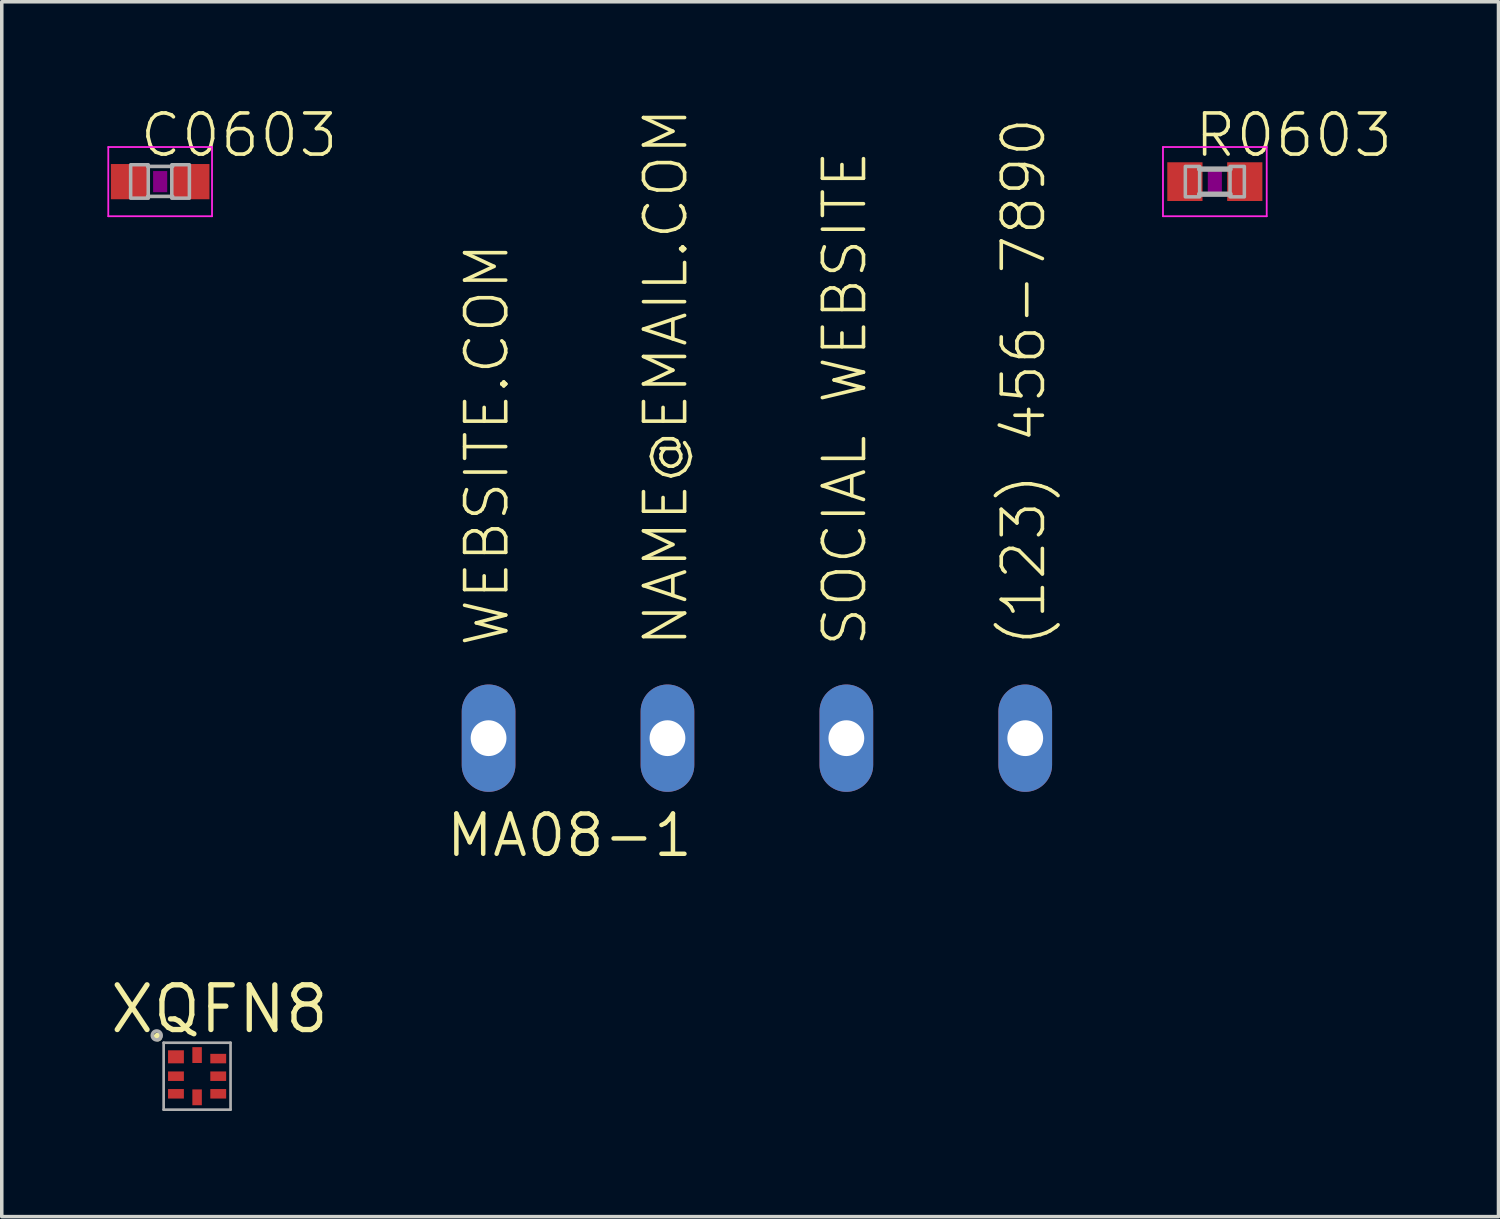
<source format=kicad_pcb>
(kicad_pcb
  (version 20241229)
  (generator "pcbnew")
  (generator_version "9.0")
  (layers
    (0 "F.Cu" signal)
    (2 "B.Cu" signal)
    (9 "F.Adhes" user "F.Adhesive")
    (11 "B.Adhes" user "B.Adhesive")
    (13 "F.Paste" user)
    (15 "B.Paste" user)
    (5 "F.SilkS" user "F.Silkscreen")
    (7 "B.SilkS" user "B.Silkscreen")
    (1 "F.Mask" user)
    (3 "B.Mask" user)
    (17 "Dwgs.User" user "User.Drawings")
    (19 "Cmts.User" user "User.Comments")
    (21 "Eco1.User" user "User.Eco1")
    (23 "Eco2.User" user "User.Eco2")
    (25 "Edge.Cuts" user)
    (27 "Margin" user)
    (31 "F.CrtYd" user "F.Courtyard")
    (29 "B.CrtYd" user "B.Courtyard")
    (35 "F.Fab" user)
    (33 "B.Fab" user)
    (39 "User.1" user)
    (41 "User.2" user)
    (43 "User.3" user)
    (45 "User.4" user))
  (footprint "XQFN8"
    (layer "F.Cu")
    (at 2.547 27.511)
    (property "Reference" "XQFN8" (at 0.635 -1.905 0) (layer "F.SilkS") (effects (font (size 1.27 1.27) (thickness 0.15))))
    (fp_circle (center -1.114 -1.113) (end -1.052 -1.113) (stroke (width 0.125) (type solid)) (fill yes) (layer "F.SilkS"))
    (fp_line (start -0.95 -0.95) (end -0.95 0.95) (stroke (width 0.076) (type solid)) (layer "F.Fab"))
    (fp_line (start -0.95 -0.95) (end 0.95 -0.95) (stroke (width 0.076) (type solid)) (layer "F.Fab"))
    (fp_line (start 0.95 -0.95) (end 0.95 0.95) (stroke (width 0.076) (type solid)) (layer "F.Fab"))
    (fp_line (start 0.95 0.95) (end -0.95 0.95) (stroke (width 0.076) (type solid)) (layer "F.Fab"))
    (fp_circle (center -1.146 -1.158) (end -1.019 -1.158) (stroke (width 0.1) (type solid)) (fill no) (layer "F.Fab"))
    (pad "FD" smd rect (at 0 0.6 270) (size 0.45 0.27) (layers "F.Cu" "F.Mask" "F.Paste"))
    (pad "LA" smd rect (at -0.6 -0.55 180) (size 0.45 0.37) (layers "F.Cu" "F.Mask" "F.Paste"))
    (pad "LB" smd rect (at 0 -0.6 90) (size 0.45 0.27) (layers "F.Cu" "F.Mask" "F.Paste"))
    (pad "SCL" smd rect (at -0.6 0.5 180) (size 0.45 0.27) (layers "F.Cu" "F.Mask" "F.Paste"))
    (pad "SDA" smd rect (at 0.6 0.5) (size 0.45 0.27) (layers "F.Cu" "F.Mask" "F.Paste"))
    (pad "VCC" smd rect (at 0.6 0) (size 0.45 0.27) (layers "F.Cu" "F.Mask" "F.Paste"))
    (pad "VOUT" smd rect (at 0.6 -0.5) (size 0.45 0.27) (layers "F.Cu" "F.Mask" "F.Paste"))
    (pad "VSS" smd rect (at -0.6 0 180) (size 0.45 0.27) (layers "F.Cu" "F.Mask" "F.Paste")))
  (footprint "R0603"
    (layer "F.Cu")
    (at 31.448 2.108)
    (property "Reference" "R0603" (at -0.635 -0.635 0) (layer "F.SilkS") (effects (font (size 1.168 1.168) (thickness 0.102)) (justify left bottom)))
    (fp_poly (pts (xy -0.2 0.4) (xy 0.2 0.4) (xy 0.2 -0.4) (xy -0.2 -0.4)) (stroke (width 0) (type solid)) (fill yes) (layer "F.Adhes"))
    (fp_line (start -1.473 -0.983) (end 1.473 -0.983) (stroke (width 0.051) (type solid)) (layer "F.CrtYd"))
    (fp_line (start -1.473 0.983) (end -1.473 -0.983) (stroke (width 0.051) (type solid)) (layer "F.CrtYd"))
    (fp_line (start 1.473 -0.983) (end 1.473 0.983) (stroke (width 0.051) (type solid)) (layer "F.CrtYd"))
    (fp_line (start 1.473 0.983) (end -1.473 0.983) (stroke (width 0.051) (type solid)) (layer "F.CrtYd"))
    (fp_line (start -0.432 0.356) (end 0.432 0.356) (stroke (width 0.152) (type solid)) (layer "F.Fab"))
    (fp_line (start 0.432 -0.356) (end -0.432 -0.356) (stroke (width 0.152) (type solid)) (layer "F.Fab"))
    (fp_poly (pts (xy -0.838 0.432) (xy -0.432 0.432) (xy -0.432 -0.432) (xy -0.838 -0.432)) (stroke (width 0.1) (type solid)) (fill no) (layer "F.Fab"))
    (fp_poly (pts (xy 0.432 0.432) (xy 0.838 0.432) (xy 0.838 -0.432) (xy 0.432 -0.432)) (stroke (width 0.1) (type solid)) (fill no) (layer "F.Fab"))
    (pad "1" smd rect (at -0.85 0) (size 1 1.1) (layers "F.Cu" "F.Mask" "F.Paste"))
    (pad "2" smd rect (at 0.85 0) (size 1 1.1) (layers "F.Cu" "F.Mask" "F.Paste")))
  (footprint "MA08-1"
    (layer "F.Cu")
    (at 19.714 17.912)
    (property "Reference" "MA08-1" (at -10.16 3.429 0) (layer "F.SilkS") (effects (font (size 1.143 1.143) (thickness 0.127)) (justify left bottom)))
    (fp_poly (pts (xy -9.144 0.254) (xy -8.636 0.254) (xy -8.636 -0.254) (xy -9.144 -0.254)) (stroke (width 0.1) (type solid)) (fill no) (layer "F.Fab"))
    (fp_poly (pts (xy -4.064 0.254) (xy -3.556 0.254) (xy -3.556 -0.254) (xy -4.064 -0.254)) (stroke (width 0.1) (type solid)) (fill no) (layer "F.Fab"))
    (fp_poly (pts (xy 1.016 0.254) (xy 1.524 0.254) (xy 1.524 -0.254) (xy 1.016 -0.254)) (stroke (width 0.1) (type solid)) (fill no) (layer "F.Fab"))
    (fp_poly (pts (xy 6.096 0.254) (xy 6.604 0.254) (xy 6.604 -0.254) (xy 6.096 -0.254)) (stroke (width 0.1) (type solid)) (fill no) (layer "F.Fab"))
    (fp_text user "NAME@EMAIL.COM" (at -3.175 -2.54 90) (layer "F.SilkS") (effects (font (size 1.168 1.168) (thickness 0.102)) (justify left bottom)))
    (fp_text user "WEBSITE.COM" (at -8.255 -2.54 90) (layer "F.SilkS") (effects (font (size 1.168 1.168) (thickness 0.102)) (justify left bottom)))
    (fp_text user "(123) 456-7890" (at 6.985 -2.54 90) (layer "F.SilkS") (effects (font (size 1.168 1.168) (thickness 0.102)) (justify left bottom)))
    (fp_text user "SOCIAL WEBSITE" (at 1.905 -2.54 90) (layer "F.SilkS") (effects (font (size 1.168 1.168) (thickness 0.102)) (justify left bottom)))
    (pad "1" thru_hole oval (at -8.89 0 90) (size 3.048 1.524) (drill 1.016) (layers "*.Cu" "*.Mask"))
    (pad "2" thru_hole oval (at -3.81 0 90) (size 3.048 1.524) (drill 1.016) (layers "*.Cu" "*.Mask"))
    (pad "3" thru_hole oval (at 1.27 0 90) (size 3.048 1.524) (drill 1.016) (layers "*.Cu" "*.Mask"))
    (pad "4" thru_hole oval (at 6.35 0 90) (size 3.048 1.524) (drill 1.016) (layers "*.Cu" "*.Mask")))
  (footprint "C0603"
    (layer "F.Cu")
    (at 1.498 2.108)
    (property "Reference" "C0603" (at -0.635 -0.635 0) (layer "F.SilkS") (effects (font (size 1.168 1.168) (thickness 0.102)) (justify left bottom)))
    (fp_poly (pts (xy -0.2 0.3) (xy 0.2 0.3) (xy 0.2 -0.3) (xy -0.2 -0.3)) (stroke (width 0) (type solid)) (fill yes) (layer "F.Adhes"))
    (fp_line (start -1.473 -0.983) (end 1.473 -0.983) (stroke (width 0.051) (type solid)) (layer "F.CrtYd"))
    (fp_line (start -1.473 0.983) (end -1.473 -0.983) (stroke (width 0.051) (type solid)) (layer "F.CrtYd"))
    (fp_line (start 1.473 -0.983) (end 1.473 0.983) (stroke (width 0.051) (type solid)) (layer "F.CrtYd"))
    (fp_line (start 1.473 0.983) (end -1.473 0.983) (stroke (width 0.051) (type solid)) (layer "F.CrtYd"))
    (fp_line (start -0.356 -0.432) (end 0.356 -0.432) (stroke (width 0.102) (type solid)) (layer "F.Fab"))
    (fp_line (start -0.356 0.419) (end 0.356 0.419) (stroke (width 0.102) (type solid)) (layer "F.Fab"))
    (fp_poly (pts (xy -0.838 0.47) (xy -0.338 0.47) (xy -0.338 -0.48) (xy -0.838 -0.48)) (stroke (width 0.1) (type solid)) (fill no) (layer "F.Fab"))
    (fp_poly (pts (xy 0.33 0.47) (xy 0.83 0.47) (xy 0.83 -0.48) (xy 0.33 -0.48)) (stroke (width 0.1) (type solid)) (fill no) (layer "F.Fab"))
    (pad "1" smd rect (at -0.85 0) (size 1.1 1) (layers "F.Cu" "F.Mask" "F.Paste"))
    (pad "2" smd rect (at 0.85 0) (size 1.1 1) (layers "F.Cu" "F.Mask" "F.Paste")))
  (gr_rect
    (start -3 -3)
    (end 39.503 31.499)
    (stroke (width 0.1) (type default))
    (fill no)
    (layer "Edge.Cuts")))
</source>
